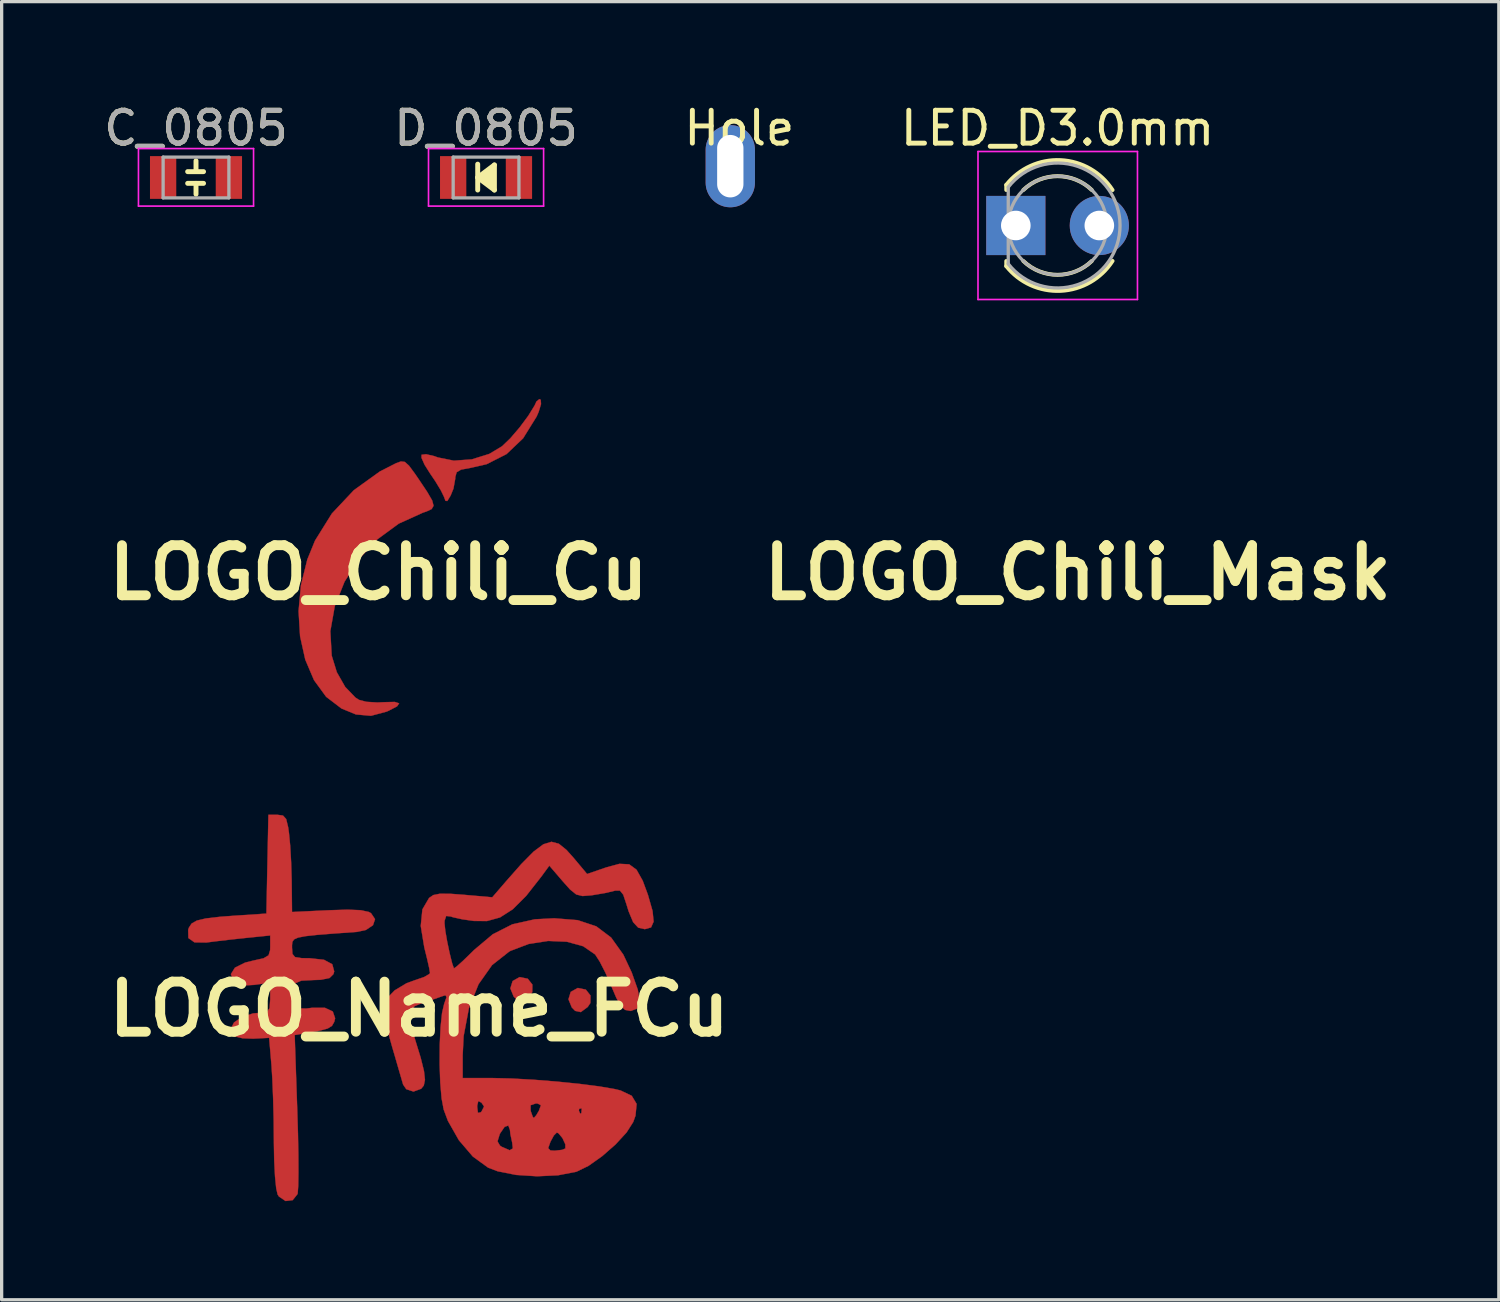
<source format=kicad_pcb>
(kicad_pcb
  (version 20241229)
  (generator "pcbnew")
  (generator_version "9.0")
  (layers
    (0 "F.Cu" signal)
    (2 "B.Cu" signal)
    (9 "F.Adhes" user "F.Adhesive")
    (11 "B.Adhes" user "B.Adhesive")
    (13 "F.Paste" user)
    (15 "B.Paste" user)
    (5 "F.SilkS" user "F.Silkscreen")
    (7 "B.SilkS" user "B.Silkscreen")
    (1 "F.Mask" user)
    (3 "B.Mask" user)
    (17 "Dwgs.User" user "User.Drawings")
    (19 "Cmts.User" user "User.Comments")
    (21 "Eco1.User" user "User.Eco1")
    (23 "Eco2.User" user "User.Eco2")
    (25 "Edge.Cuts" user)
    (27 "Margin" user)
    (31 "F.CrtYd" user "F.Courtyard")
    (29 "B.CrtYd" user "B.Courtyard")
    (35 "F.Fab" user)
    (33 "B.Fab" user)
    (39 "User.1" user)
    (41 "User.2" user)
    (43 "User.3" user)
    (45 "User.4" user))
  (footprint "LED_D3.0mm"
    (layer "F.Cu")
    (at 29.113 3.808)
    (property "Reference" "LED_D3.0mm" (at 0 -2.96 0) (layer "F.SilkS") (effects (font (size 1 1) (thickness 0.15))))
    (attr through_hole)
    (fp_line (start -1.56 -1.236) (end -1.56 -1.08) (stroke (width 0.12) (type solid)) (layer "F.SilkS"))
    (fp_line (start -1.56 1.08) (end -1.56 1.236) (stroke (width 0.12) (type solid)) (layer "F.SilkS"))
    (fp_arc (start -1.56 -1.235516) (mid 0.096487 -1.987659) (end 1.672335 -1.078608) (stroke (width 0.12) (type solid)) (layer "F.SilkS"))
    (fp_arc (start -1.040961 -1.08) (mid 0.000117 -1.5) (end 1.04113 -1.079837) (stroke (width 0.12) (type solid)) (layer "F.SilkS"))
    (fp_arc (start 1.04113 1.079837) (mid 0.000117 1.5) (end -1.040961 1.08) (stroke (width 0.12) (type solid)) (layer "F.SilkS"))
    (fp_arc (start 1.672335 1.078608) (mid 0.096487 1.987659) (end -1.56 1.235516) (stroke (width 0.12) (type solid)) (layer "F.SilkS"))
    (fp_line (start -2.42 -2.25) (end -2.42 2.25) (stroke (width 0.05) (type solid)) (layer "F.CrtYd"))
    (fp_line (start -2.42 2.25) (end 2.43 2.25) (stroke (width 0.05) (type solid)) (layer "F.CrtYd"))
    (fp_line (start 2.43 -2.25) (end -2.42 -2.25) (stroke (width 0.05) (type solid)) (layer "F.CrtYd"))
    (fp_line (start 2.43 2.25) (end 2.43 -2.25) (stroke (width 0.05) (type solid)) (layer "F.CrtYd"))
    (fp_line (start -1.5 -1.166) (end -1.5 1.166) (stroke (width 0.1) (type solid)) (layer "F.Fab"))
    (fp_arc (start -1.5 -1.16619) (mid 1.9 0.000452) (end -1.500555 1.165476) (stroke (width 0.1) (type solid)) (layer "F.Fab"))
    (fp_circle (center 0 0) (end 1.5 0) (stroke (width 0.1) (type solid)) (fill no) (layer "F.Fab"))
    (pad "1" thru_hole rect (at -1.27 0) (size 1.8 1.8) (drill 0.9) (layers "*.Cu" "*.Mask"))
    (pad "2" thru_hole circle (at 1.27 0) (size 1.8 1.8) (drill 0.9) (layers "*.Cu" "*.Mask")))
  (footprint "Hole"
    (layer "F.Cu")
    (at 19.435 0.848)
    (property "Reference" "Hole" (at 0 0 0) (layer "F.SilkS") (effects (font (size 1 1) (thickness 0.15))))
    (attr through_hole)
    (pad "1" thru_hole oval (at -0.275 1.156) (size 1.5 2.5) (drill oval 0.8 1.9) (layers "*.Cu" "*.Mask")))
  (footprint "D_0805"
    (layer "F.Cu")
    (at 11.732 2.348)
    (property "Reference" "D_0805" (at 0 -1.5 0) (layer "F.SilkS") (effects (font (size 1 1) (thickness 0.15))))
    (attr smd)
    (fp_line (start -0.254 -0.406) (end -0.254 0.381) (stroke (width 0.15) (type solid)) (layer "F.SilkS"))
    (fp_line (start -0.254 0) (end 0.254 -0.381) (stroke (width 0.15) (type solid)) (layer "F.SilkS"))
    (fp_line (start -0.102 0) (end 0.203 -0.229) (stroke (width 0.15) (type solid)) (layer "F.SilkS"))
    (fp_line (start -0.051 0.025) (end 0.127 -0.076) (stroke (width 0.15) (type solid)) (layer "F.SilkS"))
    (fp_line (start 0.127 -0.076) (end 0.102 0.051) (stroke (width 0.15) (type solid)) (layer "F.SilkS"))
    (fp_line (start 0.203 -0.229) (end 0.203 0.229) (stroke (width 0.15) (type solid)) (layer "F.SilkS"))
    (fp_line (start 0.203 0.229) (end -0.051 0.025) (stroke (width 0.15) (type solid)) (layer "F.SilkS"))
    (fp_line (start 0.254 -0.381) (end 0.254 0.381) (stroke (width 0.15) (type solid)) (layer "F.SilkS"))
    (fp_line (start 0.254 0.381) (end -0.254 0) (stroke (width 0.15) (type solid)) (layer "F.SilkS"))
    (fp_line (start -1.75 -0.88) (end -1.75 0.87) (stroke (width 0.05) (type solid)) (layer "F.CrtYd"))
    (fp_line (start -1.75 -0.88) (end 1.75 -0.88) (stroke (width 0.05) (type solid)) (layer "F.CrtYd"))
    (fp_line (start 1.75 0.87) (end -1.75 0.87) (stroke (width 0.05) (type solid)) (layer "F.CrtYd"))
    (fp_line (start 1.75 0.87) (end 1.75 -0.88) (stroke (width 0.05) (type solid)) (layer "F.CrtYd"))
    (fp_line (start -1 -0.62) (end 1 -0.62) (stroke (width 0.1) (type solid)) (layer "F.Fab"))
    (fp_line (start -1 0.62) (end -1 -0.62) (stroke (width 0.1) (type solid)) (layer "F.Fab"))
    (fp_line (start 1 -0.62) (end 1 0.62) (stroke (width 0.1) (type solid)) (layer "F.Fab"))
    (fp_line (start 1 0.62) (end -1 0.62) (stroke (width 0.1) (type solid)) (layer "F.Fab"))
    (fp_text user "${REFERENCE}" (at 0 -1.5 0) (layer "F.Fab") (effects (font (size 1 1) (thickness 0.15))))
    (pad "1" smd rect (at -1 0) (size 0.8 1.3) (layers "F.Cu" "F.Mask" "F.Paste"))
    (pad "2" smd rect (at 1 0) (size 0.8 1.3) (layers "F.Cu" "F.Mask" "F.Paste")))
  (footprint "LOGO_Chili_Cu"
    (layer "F.Cu")
    (at 8.462 14.365)
    (property "Reference" "LOGO_Chili_Cu" (at 0 0 0) (layer "F.SilkS") (effects (font (size 1.524 1.524) (thickness 0.3))))
    (attr through_hole)
    (fp_poly (pts (xy 4.933 -5.256) (xy 4.942 -5.126) (xy 4.869 -4.887) (xy 4.806 -4.744) (xy 4.397 -4.085) (xy 3.892 -3.605) (xy 3.287 -3.298) (xy 2.794 -3.185) (xy 2.511 -3.133) (xy 2.376 -3.053) (xy 2.335 -2.909) (xy 2.333 -2.856) (xy 2.279 -2.557) (xy 2.193 -2.345) (xy 2.092 -2.179) (xy 2.036 -2.184) (xy 1.992 -2.304) (xy 1.898 -2.498) (xy 1.726 -2.782) (xy 1.575 -3.005) (xy 1.401 -3.28) (xy 1.307 -3.492) (xy 1.308 -3.584) (xy 1.445 -3.601) (xy 1.692 -3.544) (xy 1.804 -3.503) (xy 2.29 -3.405) (xy 2.837 -3.445) (xy 3.369 -3.611) (xy 3.757 -3.844) (xy 4.007 -4.084) (xy 4.29 -4.414) (xy 4.553 -4.768) (xy 4.746 -5.081) (xy 4.803 -5.205) (xy 4.891 -5.277) (xy 4.933 -5.256)) (stroke (width 0.01) (type solid)) (fill yes) (layer "F.Cu"))
    (fp_poly (pts (xy 0.799 -3.367) (xy 0.925 -3.255) (xy 1.101 -3.017) (xy 1.22 -2.844) (xy 1.481 -2.454) (xy 1.631 -2.195) (xy 1.674 -2.034) (xy 1.616 -1.934) (xy 1.461 -1.861) (xy 1.353 -1.825) (xy 0.616 -1.491) (xy -0.041 -1.009) (xy -0.598 -0.409) (xy -1.034 0.276) (xy -1.33 1.017) (xy -1.466 1.781) (xy -1.424 2.525) (xy -1.268 3.03) (xy -1.014 3.476) (xy -0.702 3.8) (xy -0.591 3.871) (xy -0.368 3.929) (xy -0.037 3.949) (xy 0.162 3.94) (xy 0.493 3.932) (xy 0.627 3.975) (xy 0.564 4.066) (xy 0.304 4.202) (xy 0.245 4.227) (xy -0.23 4.354) (xy -0.687 4.313) (xy -1.127 4.132) (xy -1.593 3.776) (xy -1.962 3.27) (xy -2.228 2.647) (xy -2.386 1.936) (xy -2.432 1.171) (xy -2.36 0.382) (xy -2.166 -0.4) (xy -1.931 -0.975) (xy -1.419 -1.797) (xy -0.75 -2.508) (xy 0.044 -3.079) (xy 0.532 -3.327) (xy 0.681 -3.381) (xy 0.799 -3.367)) (stroke (width 0.01) (type solid)) (fill yes) (layer "F.Cu")))
  (footprint "LOGO_Name_FCu"
    (layer "F.Cu")
    (at 9.696 27.638)
    (property "Reference" "LOGO_Name_FCu" (at 0 0 0) (layer "F.SilkS") (effects (font (size 1.524 1.524) (thickness 0.3))))
    (attr through_hole)
    (fp_poly (pts (xy 3.304 -0.923) (xy 3.445 -0.744) (xy 3.441 -0.515) (xy 3.36 -0.394) (xy 3.15 -0.239) (xy 2.979 -0.277) (xy 2.876 -0.381) (xy 2.775 -0.629) (xy 2.844 -0.853) (xy 3.058 -0.973) (xy 3.058 -0.973) (xy 3.304 -0.923)) (stroke (width 0.01) (type solid)) (fill yes) (layer "F.Cu"))
    (fp_poly (pts (xy 5.07 -0.592) (xy 5.212 -0.413) (xy 5.208 -0.184) (xy 5.127 -0.063) (xy 4.917 0.092) (xy 4.746 0.055) (xy 4.643 -0.05) (xy 4.542 -0.298) (xy 4.611 -0.522) (xy 4.825 -0.642) (xy 4.825 -0.642) (xy 5.07 -0.592)) (stroke (width 0.01) (type solid)) (fill yes) (layer "F.Cu"))
    (fp_poly (pts (xy -4.139 -5.885) (xy -4.043 -5.778) (xy -3.983 -5.531) (xy -3.958 -5.356) (xy -3.921 -4.972) (xy -3.892 -4.467) (xy -3.876 -3.944) (xy -3.875 -3.878) (xy -3.865 -2.952) (xy -2.759 -3.005) (xy -2.175 -3.023) (xy -1.777 -3.007) (xy -1.534 -2.955) (xy -1.462 -2.916) (xy -1.34 -2.734) (xy -1.403 -2.55) (xy -1.618 -2.406) (xy -1.889 -2.347) (xy -2.592 -2.297) (xy -3.105 -2.256) (xy -3.458 -2.217) (xy -3.68 -2.174) (xy -3.803 -2.119) (xy -3.854 -2.044) (xy -3.865 -1.943) (xy -3.865 -1.868) (xy -3.852 -1.676) (xy -3.773 -1.581) (xy -3.572 -1.549) (xy -3.327 -1.546) (xy -2.893 -1.499) (xy -2.641 -1.363) (xy -2.582 -1.145) (xy -2.605 -1.063) (xy -2.725 -0.944) (xy -2.992 -0.89) (xy -3.208 -0.883) (xy -3.582 -0.864) (xy -3.776 -0.781) (xy -3.829 -0.598) (xy -3.793 -0.33) (xy -3.736 -0.11) (xy -3.636 -0.018) (xy -3.424 -0.017) (xy -3.252 -0.039) (xy -2.866 -0.039) (xy -2.625 0.074) (xy -2.554 0.28) (xy -2.58 0.388) (xy -2.65 0.51) (xy -2.782 0.592) (xy -3.032 0.659) (xy -3.355 0.717) (xy -3.784 0.789) (xy -3.705 3.093) (xy -3.684 3.797) (xy -3.672 4.436) (xy -3.67 4.975) (xy -3.676 5.375) (xy -3.692 5.6) (xy -3.697 5.625) (xy -3.845 5.811) (xy -4.062 5.837) (xy -4.264 5.7) (xy -4.303 5.639) (xy -4.346 5.451) (xy -4.382 5.092) (xy -4.407 4.612) (xy -4.417 4.06) (xy -4.417 4) (xy -4.423 3.361) (xy -4.44 2.708) (xy -4.464 2.123) (xy -4.489 1.724) (xy -4.561 0.875) (xy -5.043 0.9) (xy -5.367 0.889) (xy -5.603 0.831) (xy -5.648 0.801) (xy -5.728 0.606) (xy -5.63 0.409) (xy -5.391 0.241) (xy -5.052 0.133) (xy -4.797 0.11) (xy -4.625 0.086) (xy -4.548 -0.027) (xy -4.528 -0.291) (xy -4.528 -0.346) (xy -4.528 -0.803) (xy -5.014 -0.736) (xy -5.367 -0.715) (xy -5.577 -0.779) (xy -5.643 -0.841) (xy -5.724 -1.062) (xy -5.601 -1.259) (xy -5.291 -1.413) (xy -5.041 -1.475) (xy -4.729 -1.545) (xy -4.578 -1.635) (xy -4.531 -1.792) (xy -4.528 -1.905) (xy -4.528 -2.239) (xy -5.273 -2.163) (xy -5.74 -2.113) (xy -6.193 -2.06) (xy -6.471 -2.024) (xy -6.831 -2.029) (xy -7.017 -2.16) (xy -7.023 -2.411) (xy -7.001 -2.476) (xy -6.918 -2.602) (xy -6.758 -2.692) (xy -6.482 -2.757) (xy -6.052 -2.807) (xy -5.608 -2.84) (xy -4.644 -2.904) (xy -4.614 -4.406) (xy -4.583 -5.908) (xy -4.307 -5.908) (xy -4.139 -5.885)) (stroke (width 0.01) (type solid)) (fill yes) (layer "F.Cu"))
    (fp_poly (pts (xy 4.249 -5.028) (xy 4.48 -4.842) (xy 4.702 -4.594) (xy 5.109 -4.108) (xy 5.691 -4.308) (xy 6.094 -4.417) (xy 6.389 -4.402) (xy 6.612 -4.238) (xy 6.801 -3.902) (xy 6.959 -3.475) (xy 7.1 -2.982) (xy 7.132 -2.659) (xy 7.054 -2.483) (xy 6.864 -2.43) (xy 6.664 -2.476) (xy 6.509 -2.644) (xy 6.372 -2.972) (xy 6.306 -3.186) (xy 6.208 -3.48) (xy 6.108 -3.603) (xy 5.964 -3.603) (xy 5.928 -3.593) (xy 5.661 -3.53) (xy 5.309 -3.47) (xy 5.237 -3.459) (xy 4.97 -3.438) (xy 4.779 -3.485) (xy 4.59 -3.638) (xy 4.373 -3.881) (xy 3.96 -4.362) (xy 3.719 -4.032) (xy 3.256 -3.442) (xy 2.848 -3.035) (xy 2.461 -2.787) (xy 2.063 -2.677) (xy 1.666 -2.68) (xy 1.314 -2.73) (xy 1.033 -2.792) (xy 0.966 -2.815) (xy 0.823 -2.832) (xy 0.775 -2.687) (xy 0.773 -2.609) (xy 0.796 -2.385) (xy 0.854 -2.051) (xy 0.93 -1.693) (xy 1.005 -1.391) (xy 1.059 -1.237) (xy 1.14 -1.293) (xy 1.337 -1.47) (xy 1.61 -1.735) (xy 1.672 -1.797) (xy 2.239 -2.274) (xy 2.835 -2.577) (xy 3.52 -2.73) (xy 4.109 -2.761) (xy 4.823 -2.704) (xy 5.388 -2.516) (xy 5.84 -2.175) (xy 6.211 -1.655) (xy 6.465 -1.115) (xy 6.651 -0.59) (xy 6.71 -0.23) (xy 6.641 -0.02) (xy 6.444 0.055) (xy 6.416 0.055) (xy 6.264 0.025) (xy 6.134 -0.095) (xy 5.996 -0.345) (xy 5.845 -0.699) (xy 5.668 -1.103) (xy 5.492 -1.446) (xy 5.356 -1.657) (xy 5.352 -1.662) (xy 4.99 -1.911) (xy 4.494 -2.048) (xy 3.923 -2.072) (xy 3.332 -1.98) (xy 2.781 -1.771) (xy 2.738 -1.747) (xy 2.219 -1.338) (xy 1.808 -0.756) (xy 1.515 -0.027) (xy 1.354 0.822) (xy 1.325 1.404) (xy 1.325 2.098) (xy 2.23 2.098) (xy 2.819 2.112) (xy 3.493 2.15) (xy 4.198 2.206) (xy 4.878 2.275) (xy 5.479 2.352) (xy 5.945 2.432) (xy 6.125 2.475) (xy 6.466 2.637) (xy 6.615 2.885) (xy 6.581 3.241) (xy 6.511 3.436) (xy 6.308 3.754) (xy 5.972 4.119) (xy 5.565 4.475) (xy 5.15 4.769) (xy 4.79 4.944) (xy 4.779 4.948) (xy 4.224 5.055) (xy 3.588 5.085) (xy 2.95 5.044) (xy 2.392 4.934) (xy 2.098 4.822) (xy 1.634 4.485) (xy 1.241 4.025) (xy 2.384 4.025) (xy 2.461 4.154) (xy 2.516 4.19) (xy 2.755 4.294) (xy 2.851 4.237) (xy 2.85 4.229) (xy 3.925 4.229) (xy 3.992 4.299) (xy 4.125 4.307) (xy 4.353 4.281) (xy 4.448 4.24) (xy 4.447 4.112) (xy 4.359 3.923) (xy 4.24 3.778) (xy 4.188 3.755) (xy 4.099 3.843) (xy 3.996 4.031) (xy 3.925 4.229) (xy 2.85 4.229) (xy 2.83 4.058) (xy 2.776 3.802) (xy 2.762 3.672) (xy 2.713 3.541) (xy 2.599 3.583) (xy 2.464 3.78) (xy 2.451 3.807) (xy 2.384 4.025) (xy 1.241 4.025) (xy 1.21 3.989) (xy 0.876 3.4) (xy 0.747 3.054) (xy 0.734 2.982) (xy 1.767 2.982) (xy 1.789 3.157) (xy 1.872 3.14) (xy 1.899 3.114) (xy 1.975 2.964) (xy 1.949 2.924) (xy 3.391 2.924) (xy 3.391 3.092) (xy 3.454 3.271) (xy 3.488 3.313) (xy 3.563 3.229) (xy 3.644 3.092) (xy 4.859 3.092) (xy 4.9 3.183) (xy 4.933 3.166) (xy 4.946 3.035) (xy 4.933 3.019) (xy 4.867 3.034) (xy 4.859 3.092) (xy 3.644 3.092) (xy 3.705 2.924) (xy 3.605 2.873) (xy 3.548 2.871) (xy 3.391 2.924) (xy 1.949 2.924) (xy 1.899 2.849) (xy 1.801 2.795) (xy 1.768 2.929) (xy 1.767 2.982) (xy 0.734 2.982) (xy 0.684 2.718) (xy 0.643 2.238) (xy 0.624 1.677) (xy 0.627 1.096) (xy 0.652 0.555) (xy 0.698 0.116) (xy 0.76 -0.151) (xy 0.834 -0.363) (xy 0.802 -0.421) (xy 0.692 -0.387) (xy 0.45 -0.301) (xy 0.138 -0.204) (xy 0.132 -0.202) (xy -0.133 -0.089) (xy -0.287 0.046) (xy -0.293 0.058) (xy -0.291 0.238) (xy -0.229 0.554) (xy -0.128 0.907) (xy 0.048 1.48) (xy 0.148 1.883) (xy 0.178 2.153) (xy 0.142 2.326) (xy 0.062 2.424) (xy -0.171 2.509) (xy -0.391 2.436) (xy -0.487 2.294) (xy -0.534 2.131) (xy -0.627 1.812) (xy -0.749 1.391) (xy -0.817 1.16) (xy -0.945 0.701) (xy -1.043 0.307) (xy -1.099 0.037) (xy -1.106 -0.033) (xy -1.005 -0.299) (xy -0.745 -0.567) (xy -0.38 -0.787) (xy -0.123 -0.88) (xy 0.156 -0.976) (xy 0.316 -1.071) (xy 0.331 -1.1) (xy 0.306 -1.251) (xy 0.239 -1.547) (xy 0.158 -1.873) (xy 0.05 -2.528) (xy 0.1 -3.031) (xy 0.303 -3.379) (xy 0.432 -3.467) (xy 0.63 -3.507) (xy 0.949 -3.506) (xy 1.351 -3.476) (xy 2.225 -3.399) (xy 2.631 -3.87) (xy 3.11 -4.413) (xy 3.483 -4.79) (xy 3.779 -5.011) (xy 4.025 -5.087) (xy 4.249 -5.028)) (stroke (width 0.01) (type solid)) (fill yes) (layer "F.Cu")))
  (footprint "LOGO_Chili_Mask"
    (layer "F.Cu")
    (at 29.728 14.365)
    (property "Reference" "LOGO_Chili_Mask" (at 0 0 0) (layer "F.SilkS") (effects (font (size 1.524 1.524) (thickness 0.3))))
    (attr through_hole)
    (fp_poly (pts (xy 4.933 -5.256) (xy 4.942 -5.126) (xy 4.869 -4.887) (xy 4.806 -4.744) (xy 4.397 -4.085) (xy 3.892 -3.605) (xy 3.287 -3.298) (xy 2.794 -3.185) (xy 2.511 -3.133) (xy 2.376 -3.053) (xy 2.335 -2.909) (xy 2.333 -2.856) (xy 2.279 -2.557) (xy 2.193 -2.345) (xy 2.092 -2.179) (xy 2.036 -2.184) (xy 1.992 -2.304) (xy 1.898 -2.498) (xy 1.726 -2.782) (xy 1.575 -3.005) (xy 1.401 -3.28) (xy 1.307 -3.492) (xy 1.308 -3.584) (xy 1.445 -3.601) (xy 1.692 -3.544) (xy 1.804 -3.503) (xy 2.29 -3.405) (xy 2.837 -3.445) (xy 3.369 -3.611) (xy 3.757 -3.844) (xy 4.007 -4.084) (xy 4.29 -4.414) (xy 4.553 -4.768) (xy 4.746 -5.081) (xy 4.803 -5.205) (xy 4.891 -5.277) (xy 4.933 -5.256)) (stroke (width 0.01) (type solid)) (fill yes) (layer "F.Mask"))
    (fp_poly (pts (xy 0.799 -3.367) (xy 0.925 -3.255) (xy 1.101 -3.017) (xy 1.22 -2.844) (xy 1.481 -2.454) (xy 1.631 -2.195) (xy 1.674 -2.034) (xy 1.616 -1.934) (xy 1.461 -1.861) (xy 1.353 -1.825) (xy 0.616 -1.491) (xy -0.041 -1.009) (xy -0.598 -0.409) (xy -1.034 0.276) (xy -1.33 1.017) (xy -1.466 1.781) (xy -1.424 2.525) (xy -1.268 3.03) (xy -1.014 3.476) (xy -0.702 3.8) (xy -0.591 3.871) (xy -0.368 3.929) (xy -0.037 3.949) (xy 0.162 3.94) (xy 0.493 3.932) (xy 0.627 3.975) (xy 0.564 4.066) (xy 0.304 4.202) (xy 0.245 4.227) (xy -0.23 4.354) (xy -0.687 4.313) (xy -1.127 4.132) (xy -1.593 3.776) (xy -1.962 3.27) (xy -2.228 2.647) (xy -2.386 1.936) (xy -2.432 1.171) (xy -2.36 0.382) (xy -2.166 -0.4) (xy -1.931 -0.975) (xy -1.419 -1.797) (xy -0.75 -2.508) (xy 0.044 -3.079) (xy 0.532 -3.327) (xy 0.681 -3.381) (xy 0.799 -3.367)) (stroke (width 0.01) (type solid)) (fill yes) (layer "F.Mask")))
  (footprint "C_0805"
    (layer "F.Cu")
    (at 2.911 2.348)
    (property "Reference" "C_0805" (at 0 -1.5 0) (layer "F.SilkS") (effects (font (size 1 1) (thickness 0.15))))
    (attr smd)
    (fp_line (start -0.254 -0.178) (end 0.229 -0.178) (stroke (width 0.15) (type solid)) (layer "F.SilkS"))
    (fp_line (start -0.254 0.178) (end 0.229 0.178) (stroke (width 0.15) (type solid)) (layer "F.SilkS"))
    (fp_line (start 0 -0.203) (end 0 -0.508) (stroke (width 0.15) (type solid)) (layer "F.SilkS"))
    (fp_line (start 0 0.178) (end 0 0.508) (stroke (width 0.15) (type solid)) (layer "F.SilkS"))
    (fp_line (start -1.75 -0.88) (end -1.75 0.87) (stroke (width 0.05) (type solid)) (layer "F.CrtYd"))
    (fp_line (start -1.75 -0.88) (end 1.75 -0.88) (stroke (width 0.05) (type solid)) (layer "F.CrtYd"))
    (fp_line (start 1.75 0.87) (end -1.75 0.87) (stroke (width 0.05) (type solid)) (layer "F.CrtYd"))
    (fp_line (start 1.75 0.87) (end 1.75 -0.88) (stroke (width 0.05) (type solid)) (layer "F.CrtYd"))
    (fp_line (start -1 -0.62) (end 1 -0.62) (stroke (width 0.1) (type solid)) (layer "F.Fab"))
    (fp_line (start -1 0.62) (end -1 -0.62) (stroke (width 0.1) (type solid)) (layer "F.Fab"))
    (fp_line (start 1 -0.62) (end 1 0.62) (stroke (width 0.1) (type solid)) (layer "F.Fab"))
    (fp_line (start 1 0.62) (end -1 0.62) (stroke (width 0.1) (type solid)) (layer "F.Fab"))
    (fp_text user "${REFERENCE}" (at 0 -1.5 0) (layer "F.Fab") (effects (font (size 1 1) (thickness 0.15))))
    (pad "1" smd rect (at -1 0) (size 0.8 1.3) (layers "F.Cu" "F.Mask" "F.Paste"))
    (pad "2" smd rect (at 1 0) (size 0.8 1.3) (layers "F.Cu" "F.Mask" "F.Paste")))
  (gr_rect
    (start -3 -3)
    (end 42.533 36.479)
    (stroke (width 0.1) (type default))
    (fill no)
    (layer "Edge.Cuts")))
</source>
